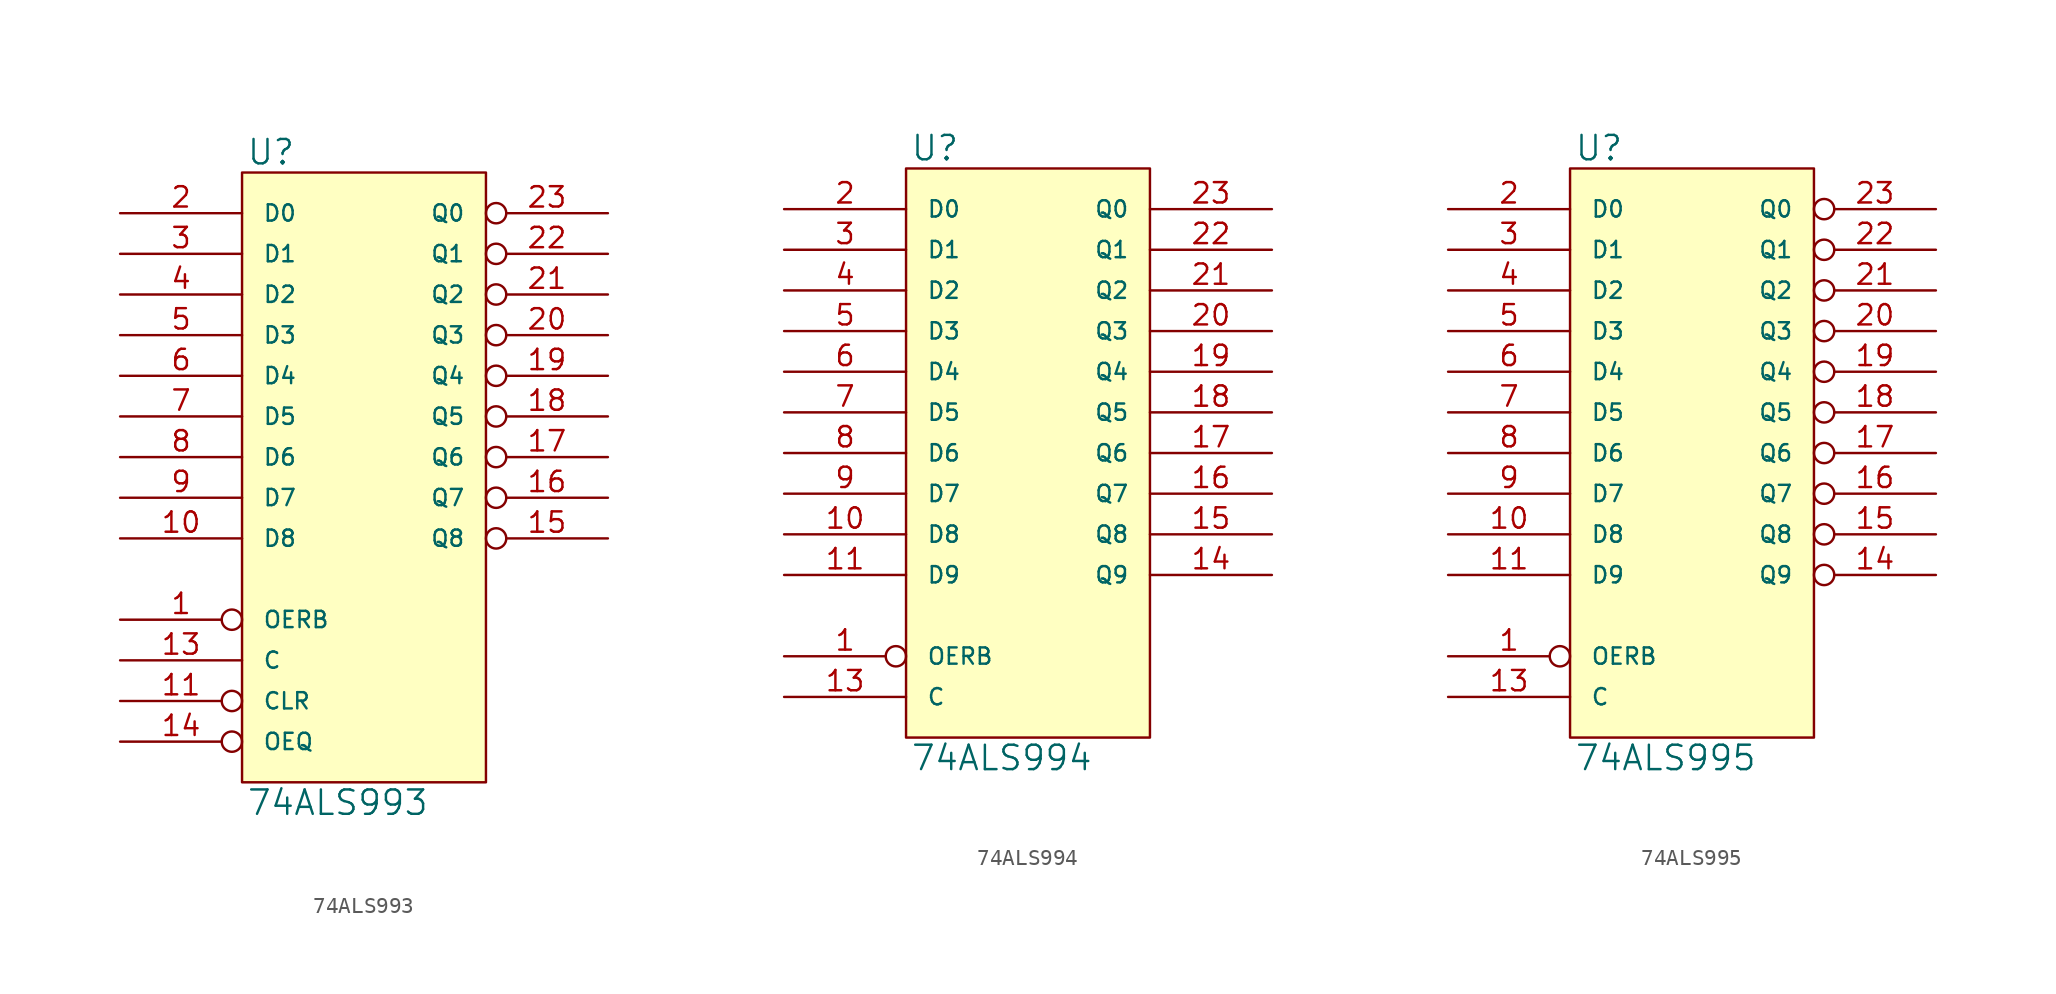
<source format=kicad_sym>
(kicad_symbol_lib
  (version 20231120)
  (generator "kicad_symbol_editor")
  (generator_version "8.0")
  (symbol "74ALS993"
    (pin_names
      (offset 1.27))
    (property "Reference" "U"
      (at 0.254 0.381 0)
      (effects (font (size 1.524 1.524)) (justify left bottom)))
    (property "Value" "74ALS993"
      (at 0.254 -38.481 0)
      (effects (font (size 1.524 1.524)) (justify left top)))
    (symbol "74ALS993_0_1"
      (rectangle (start 0 0) (end 15.24 -38.1) (stroke (width 0) (type solid)) (fill (type background))))
    (symbol "74ALS993_1_1"
      (pin input inverted (at -7.62 -27.94 0) (length 7.62) (name "OERB" (effects (font (size 1.016 1.016)))) (number "1" (effects (font (size 1.27 1.27)))))
      (pin input line (at -7.62 -22.86 0) (length 7.62) (name "D8" (effects (font (size 1.016 1.016)))) (number "10" (effects (font (size 1.27 1.27)))))
      (pin input inverted (at -7.62 -33.02 0) (length 7.62) (name "CLR" (effects (font (size 1.016 1.016)))) (number "11" (effects (font (size 1.27 1.27)))))
      (pin power_in line (at 0 -38.1 90) (length 0) hide (name "GND" (effects (font (size 1.016 1.016)))) (number "12" (effects (font (size 1.27 1.27)))))
      (pin input line (at -7.62 -30.48 0) (length 7.62) (name "C" (effects (font (size 1.016 1.016)))) (number "13" (effects (font (size 1.27 1.27)))))
      (pin input inverted (at -7.62 -35.56 0) (length 7.62) (name "OEQ" (effects (font (size 1.016 1.016)))) (number "14" (effects (font (size 1.27 1.27)))))
      (pin tri_state inverted (at 22.86 -22.86 180) (length 7.62) (name "Q8" (effects (font (size 1.016 1.016)))) (number "15" (effects (font (size 1.27 1.27)))))
      (pin tri_state inverted (at 22.86 -20.32 180) (length 7.62) (name "Q7" (effects (font (size 1.016 1.016)))) (number "16" (effects (font (size 1.27 1.27)))))
      (pin tri_state inverted (at 22.86 -17.78 180) (length 7.62) (name "Q6" (effects (font (size 1.016 1.016)))) (number "17" (effects (font (size 1.27 1.27)))))
      (pin tri_state inverted (at 22.86 -15.24 180) (length 7.62) (name "Q5" (effects (font (size 1.016 1.016)))) (number "18" (effects (font (size 1.27 1.27)))))
      (pin tri_state inverted (at 22.86 -12.7 180) (length 7.62) (name "Q4" (effects (font (size 1.016 1.016)))) (number "19" (effects (font (size 1.27 1.27)))))
      (pin input line (at -7.62 -2.54 0) (length 7.62) (name "D0" (effects (font (size 1.016 1.016)))) (number "2" (effects (font (size 1.27 1.27)))))
      (pin tri_state inverted (at 22.86 -10.16 180) (length 7.62) (name "Q3" (effects (font (size 1.016 1.016)))) (number "20" (effects (font (size 1.27 1.27)))))
      (pin tri_state inverted (at 22.86 -7.62 180) (length 7.62) (name "Q2" (effects (font (size 1.016 1.016)))) (number "21" (effects (font (size 1.27 1.27)))))
      (pin tri_state inverted (at 22.86 -5.08 180) (length 7.62) (name "Q1" (effects (font (size 1.016 1.016)))) (number "22" (effects (font (size 1.27 1.27)))))
      (pin tri_state inverted (at 22.86 -2.54 180) (length 7.62) (name "Q0" (effects (font (size 1.016 1.016)))) (number "23" (effects (font (size 1.27 1.27)))))
      (pin power_in line (at 0 0 270) (length 0) hide (name "VCC" (effects (font (size 1.016 1.016)))) (number "24" (effects (font (size 1.27 1.27)))))
      (pin input line (at -7.62 -5.08 0) (length 7.62) (name "D1" (effects (font (size 1.016 1.016)))) (number "3" (effects (font (size 1.27 1.27)))))
      (pin input line (at -7.62 -7.62 0) (length 7.62) (name "D2" (effects (font (size 1.016 1.016)))) (number "4" (effects (font (size 1.27 1.27)))))
      (pin input line (at -7.62 -10.16 0) (length 7.62) (name "D3" (effects (font (size 1.016 1.016)))) (number "5" (effects (font (size 1.27 1.27)))))
      (pin input line (at -7.62 -12.7 0) (length 7.62) (name "D4" (effects (font (size 1.016 1.016)))) (number "6" (effects (font (size 1.27 1.27)))))
      (pin input line (at -7.62 -15.24 0) (length 7.62) (name "D5" (effects (font (size 1.016 1.016)))) (number "7" (effects (font (size 1.27 1.27)))))
      (pin input line (at -7.62 -17.78 0) (length 7.62) (name "D6" (effects (font (size 1.016 1.016)))) (number "8" (effects (font (size 1.27 1.27)))))
      (pin input line (at -7.62 -20.32 0) (length 7.62) (name "D7" (effects (font (size 1.016 1.016)))) (number "9" (effects (font (size 1.27 1.27)))))))
  (symbol "74ALS994"
    (pin_names
      (offset 1.27))
    (property "Reference" "U"
      (at 0.254 0.381 0)
      (effects (font (size 1.524 1.524)) (justify left bottom)))
    (property "Value" "74ALS994"
      (at 0.254 -35.941 0)
      (effects (font (size 1.524 1.524)) (justify left top)))
    (symbol "74ALS994_0_1"
      (rectangle (start 0 0) (end 15.24 -35.56) (stroke (width 0) (type solid)) (fill (type background))))
    (symbol "74ALS994_1_1"
      (pin input inverted (at -7.62 -30.48 0) (length 7.62) (name "OERB" (effects (font (size 1.016 1.016)))) (number "1" (effects (font (size 1.27 1.27)))))
      (pin input line (at -7.62 -22.86 0) (length 7.62) (name "D8" (effects (font (size 1.016 1.016)))) (number "10" (effects (font (size 1.27 1.27)))))
      (pin input line (at -7.62 -25.4 0) (length 7.62) (name "D9" (effects (font (size 1.016 1.016)))) (number "11" (effects (font (size 1.27 1.27)))))
      (pin power_in line (at 0 -35.56 90) (length 0) hide (name "GND" (effects (font (size 1.016 1.016)))) (number "12" (effects (font (size 1.27 1.27)))))
      (pin input line (at -7.62 -33.02 0) (length 7.62) (name "C" (effects (font (size 1.016 1.016)))) (number "13" (effects (font (size 1.27 1.27)))))
      (pin output line (at 22.86 -25.4 180) (length 7.62) (name "Q9" (effects (font (size 1.016 1.016)))) (number "14" (effects (font (size 1.27 1.27)))))
      (pin output line (at 22.86 -22.86 180) (length 7.62) (name "Q8" (effects (font (size 1.016 1.016)))) (number "15" (effects (font (size 1.27 1.27)))))
      (pin output line (at 22.86 -20.32 180) (length 7.62) (name "Q7" (effects (font (size 1.016 1.016)))) (number "16" (effects (font (size 1.27 1.27)))))
      (pin output line (at 22.86 -17.78 180) (length 7.62) (name "Q6" (effects (font (size 1.016 1.016)))) (number "17" (effects (font (size 1.27 1.27)))))
      (pin output line (at 22.86 -15.24 180) (length 7.62) (name "Q5" (effects (font (size 1.016 1.016)))) (number "18" (effects (font (size 1.27 1.27)))))
      (pin output line (at 22.86 -12.7 180) (length 7.62) (name "Q4" (effects (font (size 1.016 1.016)))) (number "19" (effects (font (size 1.27 1.27)))))
      (pin input line (at -7.62 -2.54 0) (length 7.62) (name "D0" (effects (font (size 1.016 1.016)))) (number "2" (effects (font (size 1.27 1.27)))))
      (pin output line (at 22.86 -10.16 180) (length 7.62) (name "Q3" (effects (font (size 1.016 1.016)))) (number "20" (effects (font (size 1.27 1.27)))))
      (pin output line (at 22.86 -7.62 180) (length 7.62) (name "Q2" (effects (font (size 1.016 1.016)))) (number "21" (effects (font (size 1.27 1.27)))))
      (pin output line (at 22.86 -5.08 180) (length 7.62) (name "Q1" (effects (font (size 1.016 1.016)))) (number "22" (effects (font (size 1.27 1.27)))))
      (pin output line (at 22.86 -2.54 180) (length 7.62) (name "Q0" (effects (font (size 1.016 1.016)))) (number "23" (effects (font (size 1.27 1.27)))))
      (pin power_in line (at 0 0 270) (length 0) hide (name "VCC" (effects (font (size 1.016 1.016)))) (number "24" (effects (font (size 1.27 1.27)))))
      (pin input line (at -7.62 -5.08 0) (length 7.62) (name "D1" (effects (font (size 1.016 1.016)))) (number "3" (effects (font (size 1.27 1.27)))))
      (pin input line (at -7.62 -7.62 0) (length 7.62) (name "D2" (effects (font (size 1.016 1.016)))) (number "4" (effects (font (size 1.27 1.27)))))
      (pin input line (at -7.62 -10.16 0) (length 7.62) (name "D3" (effects (font (size 1.016 1.016)))) (number "5" (effects (font (size 1.27 1.27)))))
      (pin input line (at -7.62 -12.7 0) (length 7.62) (name "D4" (effects (font (size 1.016 1.016)))) (number "6" (effects (font (size 1.27 1.27)))))
      (pin input line (at -7.62 -15.24 0) (length 7.62) (name "D5" (effects (font (size 1.016 1.016)))) (number "7" (effects (font (size 1.27 1.27)))))
      (pin input line (at -7.62 -17.78 0) (length 7.62) (name "D6" (effects (font (size 1.016 1.016)))) (number "8" (effects (font (size 1.27 1.27)))))
      (pin input line (at -7.62 -20.32 0) (length 7.62) (name "D7" (effects (font (size 1.016 1.016)))) (number "9" (effects (font (size 1.27 1.27)))))))
  (symbol "74ALS995"
    (pin_names
      (offset 1.27))
    (property "Reference" "U"
      (at 0.254 0.381 0)
      (effects (font (size 1.524 1.524)) (justify left bottom)))
    (property "Value" "74ALS995"
      (at 0.254 -35.941 0)
      (effects (font (size 1.524 1.524)) (justify left top)))
    (symbol "74ALS995_0_1"
      (rectangle (start 0 0) (end 15.24 -35.56) (stroke (width 0) (type solid)) (fill (type background))))
    (symbol "74ALS995_1_1"
      (pin input inverted (at -7.62 -30.48 0) (length 7.62) (name "OERB" (effects (font (size 1.016 1.016)))) (number "1" (effects (font (size 1.27 1.27)))))
      (pin input line (at -7.62 -22.86 0) (length 7.62) (name "D8" (effects (font (size 1.016 1.016)))) (number "10" (effects (font (size 1.27 1.27)))))
      (pin input line (at -7.62 -25.4 0) (length 7.62) (name "D9" (effects (font (size 1.016 1.016)))) (number "11" (effects (font (size 1.27 1.27)))))
      (pin power_in line (at 0 -35.56 90) (length 0) hide (name "GND" (effects (font (size 1.016 1.016)))) (number "12" (effects (font (size 1.27 1.27)))))
      (pin input line (at -7.62 -33.02 0) (length 7.62) (name "C" (effects (font (size 1.016 1.016)))) (number "13" (effects (font (size 1.27 1.27)))))
      (pin output inverted (at 22.86 -25.4 180) (length 7.62) (name "Q9" (effects (font (size 1.016 1.016)))) (number "14" (effects (font (size 1.27 1.27)))))
      (pin output inverted (at 22.86 -22.86 180) (length 7.62) (name "Q8" (effects (font (size 1.016 1.016)))) (number "15" (effects (font (size 1.27 1.27)))))
      (pin output inverted (at 22.86 -20.32 180) (length 7.62) (name "Q7" (effects (font (size 1.016 1.016)))) (number "16" (effects (font (size 1.27 1.27)))))
      (pin output inverted (at 22.86 -17.78 180) (length 7.62) (name "Q6" (effects (font (size 1.016 1.016)))) (number "17" (effects (font (size 1.27 1.27)))))
      (pin output inverted (at 22.86 -15.24 180) (length 7.62) (name "Q5" (effects (font (size 1.016 1.016)))) (number "18" (effects (font (size 1.27 1.27)))))
      (pin output inverted (at 22.86 -12.7 180) (length 7.62) (name "Q4" (effects (font (size 1.016 1.016)))) (number "19" (effects (font (size 1.27 1.27)))))
      (pin input line (at -7.62 -2.54 0) (length 7.62) (name "D0" (effects (font (size 1.016 1.016)))) (number "2" (effects (font (size 1.27 1.27)))))
      (pin output inverted (at 22.86 -10.16 180) (length 7.62) (name "Q3" (effects (font (size 1.016 1.016)))) (number "20" (effects (font (size 1.27 1.27)))))
      (pin output inverted (at 22.86 -7.62 180) (length 7.62) (name "Q2" (effects (font (size 1.016 1.016)))) (number "21" (effects (font (size 1.27 1.27)))))
      (pin output inverted (at 22.86 -5.08 180) (length 7.62) (name "Q1" (effects (font (size 1.016 1.016)))) (number "22" (effects (font (size 1.27 1.27)))))
      (pin output inverted (at 22.86 -2.54 180) (length 7.62) (name "Q0" (effects (font (size 1.016 1.016)))) (number "23" (effects (font (size 1.27 1.27)))))
      (pin power_in line (at 0 0 270) (length 0) hide (name "VCC" (effects (font (size 1.016 1.016)))) (number "24" (effects (font (size 1.27 1.27)))))
      (pin input line (at -7.62 -5.08 0) (length 7.62) (name "D1" (effects (font (size 1.016 1.016)))) (number "3" (effects (font (size 1.27 1.27)))))
      (pin input line (at -7.62 -7.62 0) (length 7.62) (name "D2" (effects (font (size 1.016 1.016)))) (number "4" (effects (font (size 1.27 1.27)))))
      (pin input line (at -7.62 -10.16 0) (length 7.62) (name "D3" (effects (font (size 1.016 1.016)))) (number "5" (effects (font (size 1.27 1.27)))))
      (pin input line (at -7.62 -12.7 0) (length 7.62) (name "D4" (effects (font (size 1.016 1.016)))) (number "6" (effects (font (size 1.27 1.27)))))
      (pin input line (at -7.62 -15.24 0) (length 7.62) (name "D5" (effects (font (size 1.016 1.016)))) (number "7" (effects (font (size 1.27 1.27)))))
      (pin input line (at -7.62 -17.78 0) (length 7.62) (name "D6" (effects (font (size 1.016 1.016)))) (number "8" (effects (font (size 1.27 1.27)))))
      (pin input line (at -7.62 -20.32 0) (length 7.62) (name "D7" (effects (font (size 1.016 1.016)))) (number "9" (effects (font (size 1.27 1.27))))))))
</source>
